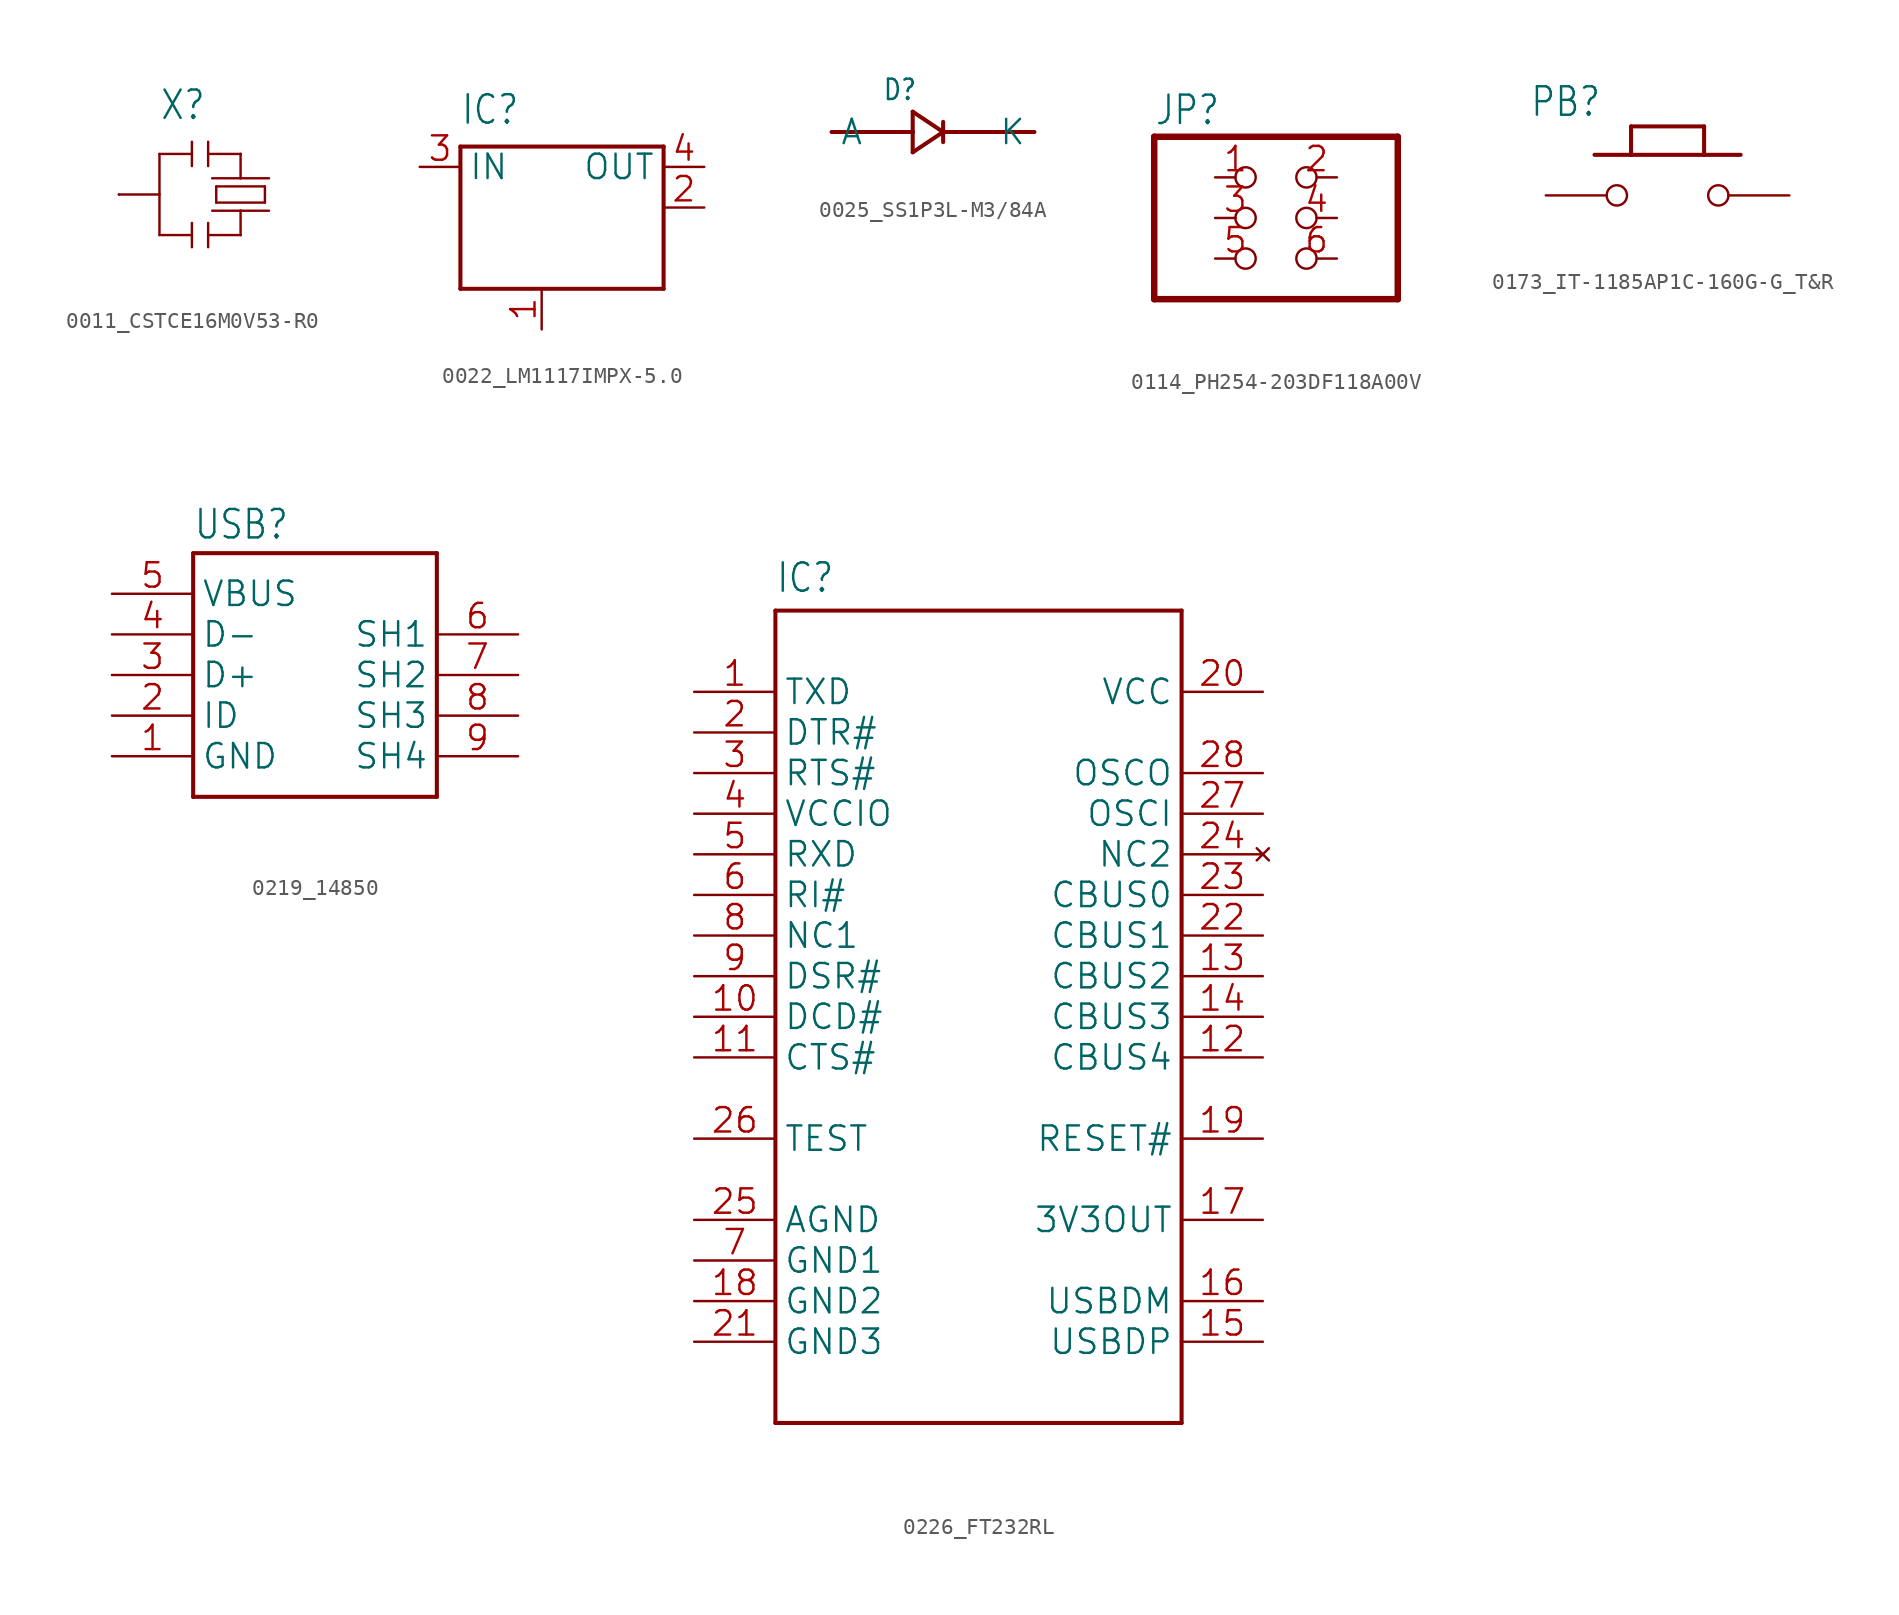
<source format=kicad_sym>
(kicad_symbol_lib
  (version 20241209)
  (generator "kicad_symbol_editor")
  (generator_version "9.0")
  (symbol "0011_CSTCE16M0V53-R0"
    (property "Reference" "X"
      (at -5.08 4.572 0)
      (effects (font (size 1.778 1.511)) (justify left bottom)))
    (property "Value" ""
      (at -5.08 -5.588 0)
      (effects (font (size 1.778 1.511)) (justify left bottom)))
    (property "ki_locked" ""
      (at 0 0 0)
      (effects (font (size 1.27 1.27))))
    (symbol "0011_CSTCE16M0V53-R0_1_0"
      (polyline (pts (xy -5.08 2.54) (xy -5.08 0)) (stroke (width 0.152) (type solid)) (fill (type none)))
      (polyline (pts (xy -5.08 0) (xy -7.62 0)) (stroke (width 0.152) (type solid)) (fill (type none)))
      (polyline (pts (xy -5.08 0) (xy -5.08 -2.54)) (stroke (width 0.152) (type solid)) (fill (type none)))
      (polyline (pts (xy -5.08 -2.54) (xy -3.048 -2.54)) (stroke (width 0.152) (type solid)) (fill (type none)))
      (polyline (pts (xy -3.048 3.302) (xy -3.048 2.54)) (stroke (width 0.152) (type solid)) (fill (type none)))
      (polyline (pts (xy -3.048 2.54) (xy -5.08 2.54)) (stroke (width 0.152) (type solid)) (fill (type none)))
      (polyline (pts (xy -3.048 2.54) (xy -3.048 1.778)) (stroke (width 0.152) (type solid)) (fill (type none)))
      (polyline (pts (xy -3.048 -1.778) (xy -3.048 -2.54)) (stroke (width 0.152) (type solid)) (fill (type none)))
      (polyline (pts (xy -3.048 -2.54) (xy -3.048 -3.302)) (stroke (width 0.152) (type solid)) (fill (type none)))
      (polyline (pts (xy -2.032 3.302) (xy -2.032 1.778)) (stroke (width 0.152) (type solid)) (fill (type none)))
      (polyline (pts (xy -2.032 -1.778) (xy -2.032 -3.302)) (stroke (width 0.152) (type solid)) (fill (type none)))
      (polyline (pts (xy -1.778 1.016) (xy 0 1.016)) (stroke (width 0.152) (type solid)) (fill (type none)))
      (polyline (pts (xy -1.778 -1.016) (xy 0 -1.016)) (stroke (width 0.152) (type solid)) (fill (type none)))
      (polyline (pts (xy -1.524 0.508) (xy -1.524 -0.508)) (stroke (width 0.152) (type solid)) (fill (type none)))
      (polyline (pts (xy -1.524 -0.508) (xy 1.524 -0.508)) (stroke (width 0.152) (type solid)) (fill (type none)))
      (polyline (pts (xy 0 2.54) (xy -2.032 2.54)) (stroke (width 0.152) (type solid)) (fill (type none)))
      (polyline (pts (xy 0 1.016) (xy 0 2.54)) (stroke (width 0.152) (type solid)) (fill (type none)))
      (polyline (pts (xy 0 1.016) (xy 1.778 1.016)) (stroke (width 0.152) (type solid)) (fill (type none)))
      (polyline (pts (xy 0 -1.016) (xy 0 -2.54)) (stroke (width 0.152) (type solid)) (fill (type none)))
      (polyline (pts (xy 0 -1.016) (xy 1.778 -1.016)) (stroke (width 0.152) (type solid)) (fill (type none)))
      (polyline (pts (xy 0 -2.54) (xy -2.032 -2.54)) (stroke (width 0.152) (type solid)) (fill (type none)))
      (polyline (pts (xy 1.524 0.508) (xy -1.524 0.508)) (stroke (width 0.152) (type solid)) (fill (type none)))
      (polyline (pts (xy 1.524 -0.508) (xy 1.524 0.508)) (stroke (width 0.152) (type solid)) (fill (type none)))
      (pin passive line (at -7.62 0 0) (length 0) (name "2" (effects (font (size 0 0)))) (number "2" (effects (font (size 0 0)))))
      (pin passive line (at 0 2.54 180) (length 0) (name "1" (effects (font (size 0 0)))) (number "1" (effects (font (size 0 0)))))
      (pin passive line (at 0 -2.54 180) (length 0) (name "3" (effects (font (size 0 0)))) (number "3" (effects (font (size 0 0)))))))
  (symbol "0022_LM1117IMPX-5.0"
    (property "Reference" "IC"
      (at -5.08 7.62 0)
      (effects (font (size 1.778 1.511)) (justify left bottom)))
    (property "Value" ""
      (at 3.81 -5.08 0)
      (effects (font (size 1.778 1.511)) (justify left bottom)))
    (property "ki_locked" ""
      (at 0 0 0)
      (effects (font (size 1.27 1.27))))
    (symbol "0022_LM1117IMPX-5.0_1_0"
      (polyline (pts (xy -5.08 6.35) (xy 7.62 6.35)) (stroke (width 0.254) (type solid)) (fill (type none)))
      (polyline (pts (xy -5.08 -2.54) (xy -5.08 6.35)) (stroke (width 0.254) (type solid)) (fill (type none)))
      (polyline (pts (xy 7.62 6.35) (xy 7.62 -2.54)) (stroke (width 0.254) (type solid)) (fill (type none)))
      (polyline (pts (xy 7.62 -2.54) (xy -5.08 -2.54)) (stroke (width 0.254) (type solid)) (fill (type none)))
      (pin input line (at -7.62 5.08 0) (length 2.54) (name "IN" (effects (font (size 1.524 1.524)))) (number "3" (effects (font (size 1.524 1.524)))))
      (pin input line (at 0 -5.08 90) (length 2.54) (name "GND/ADJ" (effects (font (size 0 0)))) (number "1" (effects (font (size 1.524 1.524)))))
      (pin passive line (at 10.16 5.08 180) (length 2.54) (name "OUT" (effects (font (size 1.524 1.524)))) (number "4" (effects (font (size 1.524 1.524)))))
      (pin passive line (at 10.16 2.54 180) (length 2.54) (name "OUT@1" (effects (font (size 0 0)))) (number "2" (effects (font (size 1.524 1.524)))))))
  (symbol "0025_SS1P3L-M3/84A"
    (property "Reference" "D"
      (at -1.905 1.905 0)
      (effects (font (size 1.27 1.079)) (justify left bottom)))
    (property "Value" ""
      (at -1.905 -3.175 0)
      (effects (font (size 1.27 1.079)) (justify left bottom)))
    (property "ki_locked" ""
      (at 0 0 0)
      (effects (font (size 1.27 1.27))))
    (symbol "0025_SS1P3L-M3/84A_1_0"
      (polyline (pts (xy 0 1.27) (xy 0 0)) (stroke (width 0.254) (type solid)) (fill (type none)))
      (polyline (pts (xy 0 0) (xy -5.08 0)) (stroke (width 0.254) (type solid)) (fill (type none)))
      (polyline (pts (xy 0 0) (xy 0 -1.27)) (stroke (width 0.254) (type solid)) (fill (type none)))
      (polyline (pts (xy 0 -1.27) (xy 1.905 0)) (stroke (width 0.254) (type solid)) (fill (type none)))
      (polyline (pts (xy 1.905 0.635) (xy 1.905 0)) (stroke (width 0.254) (type solid)) (fill (type none)))
      (polyline (pts (xy 1.905 0) (xy 0 1.27)) (stroke (width 0.254) (type solid)) (fill (type none)))
      (polyline (pts (xy 1.905 0) (xy 1.905 -0.635)) (stroke (width 0.254) (type solid)) (fill (type none)))
      (polyline (pts (xy 1.905 0) (xy 7.62 0)) (stroke (width 0.254) (type solid)) (fill (type none)))
      (pin bidirectional line (at -5.08 0 0) (length 0) (name "A" (effects (font (size 1.524 1.524)))) (number "P$2" (effects (font (size 0 0)))))
      (pin bidirectional line (at 7.62 0 180) (length 0) (name "K" (effects (font (size 1.524 1.524)))) (number "P$1" (effects (font (size 0 0)))))))
  (symbol "0114_PH254-203DF118A00V"
    (property "Reference" "JP"
      (at -6.35 5.715 0)
      (effects (font (size 1.778 1.511)) (justify left bottom)))
    (property "Value" ""
      (at -6.35 -7.62 0)
      (effects (font (size 1.778 1.511)) (justify left bottom)))
    (property "ki_locked" ""
      (at 0 0 0)
      (effects (font (size 1.27 1.27))))
    (symbol "0114_PH254-203DF118A00V_1_0"
      (polyline (pts (xy -6.35 5.08) (xy -6.35 -5.08)) (stroke (width 0.406) (type solid)) (fill (type none)))
      (polyline (pts (xy -6.35 -5.08) (xy 8.89 -5.08)) (stroke (width 0.406) (type solid)) (fill (type none)))
      (polyline (pts (xy 8.89 5.08) (xy -6.35 5.08)) (stroke (width 0.406) (type solid)) (fill (type none)))
      (polyline (pts (xy 8.89 -5.08) (xy 8.89 5.08)) (stroke (width 0.406) (type solid)) (fill (type none)))
      (pin passive inverted (at -2.54 2.54 0) (length 2.54) (name "1" (effects (font (size 0 0)))) (number "1" (effects (font (size 1.524 1.524)))))
      (pin passive inverted (at -2.54 0 0) (length 2.54) (name "3" (effects (font (size 0 0)))) (number "3" (effects (font (size 1.524 1.524)))))
      (pin passive inverted (at -2.54 -2.54 0) (length 2.54) (name "5" (effects (font (size 0 0)))) (number "5" (effects (font (size 1.524 1.524)))))
      (pin passive inverted (at 5.08 2.54 180) (length 2.54) (name "2" (effects (font (size 0 0)))) (number "2" (effects (font (size 1.524 1.524)))))
      (pin passive inverted (at 5.08 0 180) (length 2.54) (name "4" (effects (font (size 0 0)))) (number "4" (effects (font (size 1.524 1.524)))))
      (pin passive inverted (at 5.08 -2.54 180) (length 2.54) (name "6" (effects (font (size 0 0)))) (number "6" (effects (font (size 1.524 1.524)))))))
  (symbol "0173_IT-1185AP1C-160G-G_T&R"
    (property "Reference" "PB"
      (at -8.636 4.826 0)
      (effects (font (size 1.778 1.511)) (justify left bottom)))
    (property "Value" ""
      (at -4.318 -3.302 0)
      (effects (font (size 1.778 1.511)) (justify left bottom)))
    (property "ki_locked" ""
      (at 0 0 0)
      (effects (font (size 1.27 1.27))))
    (symbol "0173_IT-1185AP1C-160G-G_T&R_1_0"
      (polyline (pts (xy -4.572 2.54) (xy -2.286 2.54)) (stroke (width 0.254) (type solid)) (fill (type none)))
      (polyline (pts (xy -2.286 4.318) (xy 2.286 4.318)) (stroke (width 0.254) (type solid)) (fill (type none)))
      (polyline (pts (xy -2.286 2.54) (xy -2.286 4.318)) (stroke (width 0.254) (type solid)) (fill (type none)))
      (polyline (pts (xy -2.286 2.54) (xy 2.286 2.54)) (stroke (width 0.254) (type solid)) (fill (type none)))
      (polyline (pts (xy 2.286 4.318) (xy 2.286 2.54)) (stroke (width 0.254) (type solid)) (fill (type none)))
      (polyline (pts (xy 2.286 2.54) (xy 4.572 2.54)) (stroke (width 0.254) (type solid)) (fill (type none)))
      (pin passive inverted (at -7.62 0 0) (length 5.08) (name "1" (effects (font (size 0 0)))) (number "1" (effects (font (size 0 0)))))
      (pin passive inverted (at 7.62 0 180) (length 5.08) (name "2" (effects (font (size 0 0)))) (number "2" (effects (font (size 0 0)))))))
  (symbol "0219_14850"
    (property "Reference" "USB"
      (at -7.62 8.382 0)
      (effects (font (size 1.778 1.511)) (justify left bottom)))
    (property "Value" ""
      (at -7.62 -10.16 0)
      (effects (font (size 1.778 1.511)) (justify left bottom)))
    (property "ki_locked" ""
      (at 0 0 0)
      (effects (font (size 1.27 1.27))))
    (symbol "0219_14850_1_0"
      (polyline (pts (xy -7.62 7.62) (xy -7.62 -7.62)) (stroke (width 0.254) (type solid)) (fill (type none)))
      (polyline (pts (xy -7.62 -7.62) (xy 7.62 -7.62)) (stroke (width 0.254) (type solid)) (fill (type none)))
      (polyline (pts (xy 7.62 7.62) (xy -7.62 7.62)) (stroke (width 0.254) (type solid)) (fill (type none)))
      (polyline (pts (xy 7.62 -7.62) (xy 7.62 7.62)) (stroke (width 0.254) (type solid)) (fill (type none)))
      (pin power_in line (at -12.7 5.08 0) (length 5.08) (name "VBUS" (effects (font (size 1.524 1.524)))) (number "5" (effects (font (size 1.524 1.524)))))
      (pin bidirectional line (at -12.7 2.54 0) (length 5.08) (name "D-" (effects (font (size 1.524 1.524)))) (number "4" (effects (font (size 1.524 1.524)))))
      (pin bidirectional line (at -12.7 0 0) (length 5.08) (name "D+" (effects (font (size 1.524 1.524)))) (number "3" (effects (font (size 1.524 1.524)))))
      (pin bidirectional line (at -12.7 -2.54 0) (length 5.08) (name "ID" (effects (font (size 1.524 1.524)))) (number "2" (effects (font (size 1.524 1.524)))))
      (pin passive line (at -12.7 -5.08 0) (length 5.08) (name "GND" (effects (font (size 1.524 1.524)))) (number "1" (effects (font (size 1.524 1.524)))))
      (pin passive line (at 12.7 2.54 180) (length 5.08) (name "SH1" (effects (font (size 1.524 1.524)))) (number "6" (effects (font (size 1.524 1.524)))))
      (pin passive line (at 12.7 0 180) (length 5.08) (name "SH2" (effects (font (size 1.524 1.524)))) (number "7" (effects (font (size 1.524 1.524)))))
      (pin passive line (at 12.7 -2.54 180) (length 5.08) (name "SH3" (effects (font (size 1.524 1.524)))) (number "8" (effects (font (size 1.524 1.524)))))
      (pin passive line (at 12.7 -5.08 180) (length 5.08) (name "SH4" (effects (font (size 1.524 1.524)))) (number "9" (effects (font (size 1.524 1.524)))))))
  (symbol "0226_FT232RL"
    (property "Reference" "IC"
      (at -12.7 26.416 0)
      (effects (font (size 1.778 1.511)) (justify left bottom)))
    (property "Value" ""
      (at -7.62 -24.384 0)
      (effects (font (size 1.778 1.511)) (justify left bottom)))
    (property "ki_locked" ""
      (at 0 0 0)
      (effects (font (size 1.27 1.27))))
    (symbol "0226_FT232RL_1_0"
      (polyline (pts (xy -12.7 25.4) (xy -12.7 -25.4)) (stroke (width 0.254) (type solid)) (fill (type none)))
      (polyline (pts (xy -12.7 -25.4) (xy 12.7 -25.4)) (stroke (width 0.254) (type solid)) (fill (type none)))
      (polyline (pts (xy 12.7 25.4) (xy -12.7 25.4)) (stroke (width 0.254) (type solid)) (fill (type none)))
      (polyline (pts (xy 12.7 -25.4) (xy 12.7 25.4)) (stroke (width 0.254) (type solid)) (fill (type none)))
      (pin output line (at -17.78 20.32 0) (length 5.08) (name "TXD" (effects (font (size 1.524 1.524)))) (number "1" (effects (font (size 1.524 1.524)))))
      (pin output line (at -17.78 17.78 0) (length 5.08) (name "DTR#" (effects (font (size 1.524 1.524)))) (number "2" (effects (font (size 1.524 1.524)))))
      (pin output line (at -17.78 15.24 0) (length 5.08) (name "RTS#" (effects (font (size 1.524 1.524)))) (number "3" (effects (font (size 1.524 1.524)))))
      (pin power_in line (at -17.78 12.7 0) (length 5.08) (name "VCCIO" (effects (font (size 1.524 1.524)))) (number "4" (effects (font (size 1.524 1.524)))))
      (pin input line (at -17.78 10.16 0) (length 5.08) (name "RXD" (effects (font (size 1.524 1.524)))) (number "5" (effects (font (size 1.524 1.524)))))
      (pin bidirectional line (at -17.78 7.62 0) (length 5.08) (name "RI#" (effects (font (size 1.524 1.524)))) (number "6" (effects (font (size 1.524 1.524)))))
      (pin bidirectional line (at -17.78 5.08 0) (length 5.08) (name "NC1" (effects (font (size 1.524 1.524)))) (number "8" (effects (font (size 1.524 1.524)))))
      (pin bidirectional line (at -17.78 2.54 0) (length 5.08) (name "DSR#" (effects (font (size 1.524 1.524)))) (number "9" (effects (font (size 1.524 1.524)))))
      (pin bidirectional line (at -17.78 0 0) (length 5.08) (name "DCD#" (effects (font (size 1.524 1.524)))) (number "10" (effects (font (size 1.524 1.524)))))
      (pin bidirectional line (at -17.78 -2.54 0) (length 5.08) (name "CTS#" (effects (font (size 1.524 1.524)))) (number "11" (effects (font (size 1.524 1.524)))))
      (pin bidirectional line (at -17.78 -7.62 0) (length 5.08) (name "TEST" (effects (font (size 1.524 1.524)))) (number "26" (effects (font (size 1.524 1.524)))))
      (pin power_in line (at -17.78 -12.7 0) (length 5.08) (name "AGND" (effects (font (size 1.524 1.524)))) (number "25" (effects (font (size 1.524 1.524)))))
      (pin power_in line (at -17.78 -15.24 0) (length 5.08) (name "GND1" (effects (font (size 1.524 1.524)))) (number "7" (effects (font (size 1.524 1.524)))))
      (pin power_in line (at -17.78 -17.78 0) (length 5.08) (name "GND2" (effects (font (size 1.524 1.524)))) (number "18" (effects (font (size 1.524 1.524)))))
      (pin power_in line (at -17.78 -20.32 0) (length 5.08) (name "GND3" (effects (font (size 1.524 1.524)))) (number "21" (effects (font (size 1.524 1.524)))))
      (pin power_in line (at 17.78 20.32 180) (length 5.08) (name "VCC" (effects (font (size 1.524 1.524)))) (number "20" (effects (font (size 1.524 1.524)))))
      (pin output line (at 17.78 15.24 180) (length 5.08) (name "OSCO" (effects (font (size 1.524 1.524)))) (number "28" (effects (font (size 1.524 1.524)))))
      (pin bidirectional line (at 17.78 12.7 180) (length 5.08) (name "OSCI" (effects (font (size 1.524 1.524)))) (number "27" (effects (font (size 1.524 1.524)))))
      (pin no_connect line (at 17.78 10.16 180) (length 5.08) (name "NC2" (effects (font (size 1.524 1.524)))) (number "24" (effects (font (size 1.524 1.524)))))
      (pin bidirectional line (at 17.78 7.62 180) (length 5.08) (name "CBUS0" (effects (font (size 1.524 1.524)))) (number "23" (effects (font (size 1.524 1.524)))))
      (pin bidirectional line (at 17.78 5.08 180) (length 5.08) (name "CBUS1" (effects (font (size 1.524 1.524)))) (number "22" (effects (font (size 1.524 1.524)))))
      (pin bidirectional line (at 17.78 2.54 180) (length 5.08) (name "CBUS2" (effects (font (size 1.524 1.524)))) (number "13" (effects (font (size 1.524 1.524)))))
      (pin bidirectional line (at 17.78 0 180) (length 5.08) (name "CBUS3" (effects (font (size 1.524 1.524)))) (number "14" (effects (font (size 1.524 1.524)))))
      (pin bidirectional line (at 17.78 -2.54 180) (length 5.08) (name "CBUS4" (effects (font (size 1.524 1.524)))) (number "12" (effects (font (size 1.524 1.524)))))
      (pin bidirectional line (at 17.78 -7.62 180) (length 5.08) (name "RESET#" (effects (font (size 1.524 1.524)))) (number "19" (effects (font (size 1.524 1.524)))))
      (pin power_in line (at 17.78 -12.7 180) (length 5.08) (name "3V3OUT" (effects (font (size 1.524 1.524)))) (number "17" (effects (font (size 1.524 1.524)))))
      (pin bidirectional line (at 17.78 -17.78 180) (length 5.08) (name "USBDM" (effects (font (size 1.524 1.524)))) (number "16" (effects (font (size 1.524 1.524)))))
      (pin bidirectional line (at 17.78 -20.32 180) (length 5.08) (name "USBDP" (effects (font (size 1.524 1.524)))) (number "15" (effects (font (size 1.524 1.524))))))))
</source>
